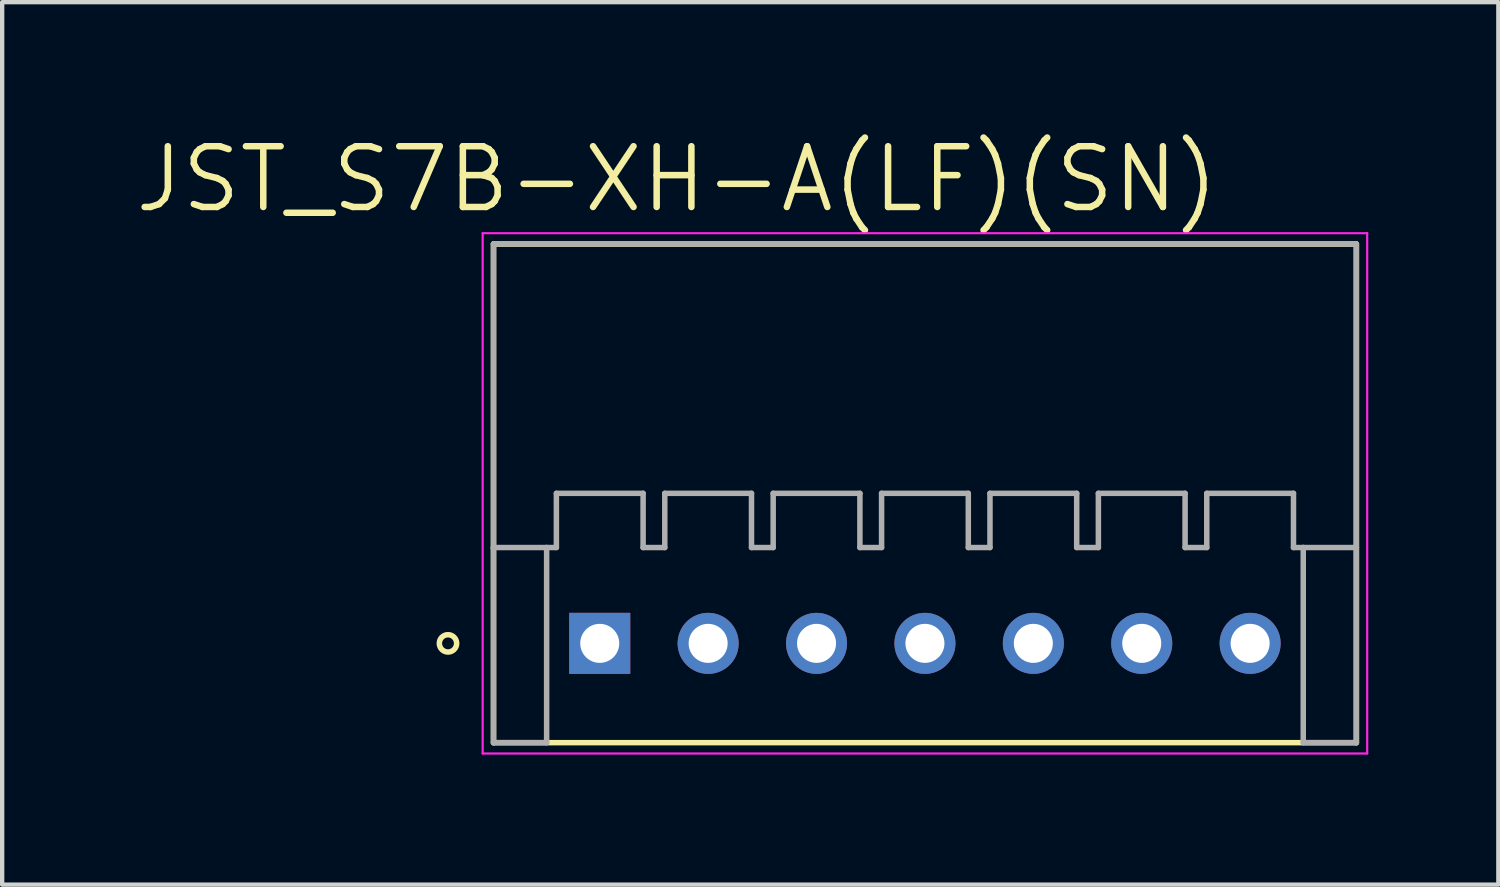
<source format=kicad_pcb>
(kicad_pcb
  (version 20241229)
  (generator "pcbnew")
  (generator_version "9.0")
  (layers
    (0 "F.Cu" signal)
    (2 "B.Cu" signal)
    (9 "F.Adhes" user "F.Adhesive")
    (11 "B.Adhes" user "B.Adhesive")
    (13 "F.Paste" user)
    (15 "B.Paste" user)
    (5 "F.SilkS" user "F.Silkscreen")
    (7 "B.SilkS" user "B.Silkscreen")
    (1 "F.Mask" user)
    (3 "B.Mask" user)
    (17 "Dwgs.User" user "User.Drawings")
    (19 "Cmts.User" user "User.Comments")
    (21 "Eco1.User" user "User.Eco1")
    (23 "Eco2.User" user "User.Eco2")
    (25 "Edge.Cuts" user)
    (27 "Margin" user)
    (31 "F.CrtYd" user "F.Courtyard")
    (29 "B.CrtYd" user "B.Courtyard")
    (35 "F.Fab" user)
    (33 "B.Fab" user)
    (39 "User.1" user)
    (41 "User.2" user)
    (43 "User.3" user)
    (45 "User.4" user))
  (footprint "JST_S7B-XH-A(LF)(SN)"
    (layer "F.Cu")
    (at 18.282 8.328)
    (property "Reference" "JST_S7B-XH-A(LF)(SN)" (at -5.72 -7.245 0) (layer "F.SilkS") (effects (font (size 1.401 1.401) (thickness 0.15))))
    (attr through_hole)
    (fp_line (start -9.95 -5.75) (end 9.95 -5.75) (stroke (width 0.127) (type solid)) (layer "F.SilkS"))
    (fp_line (start -9.95 1.25) (end -9.95 -5.75) (stroke (width 0.127) (type solid)) (layer "F.SilkS"))
    (fp_line (start -9.95 1.27) (end -9.95 1.25) (stroke (width 0.127) (type solid)) (layer "F.SilkS"))
    (fp_line (start -9.95 5.75) (end -9.95 1.27) (stroke (width 0.127) (type solid)) (layer "F.SilkS"))
    (fp_line (start 9.95 -5.75) (end 9.95 5.75) (stroke (width 0.127) (type solid)) (layer "F.SilkS"))
    (fp_line (start 9.95 5.75) (end -9.95 5.75) (stroke (width 0.127) (type solid)) (layer "F.SilkS"))
    (fp_circle (center -11 3.46) (end -10.8 3.46) (stroke (width 0.127) (type solid)) (fill no) (layer "F.SilkS"))
    (fp_line (start -10.2 -6) (end 10.2 -6) (stroke (width 0.05) (type solid)) (layer "F.CrtYd"))
    (fp_line (start -10.2 6) (end -10.2 -6) (stroke (width 0.05) (type solid)) (layer "F.CrtYd"))
    (fp_line (start 10.2 -6) (end 10.2 6) (stroke (width 0.05) (type solid)) (layer "F.CrtYd"))
    (fp_line (start 10.2 6) (end -10.2 6) (stroke (width 0.05) (type solid)) (layer "F.CrtYd"))
    (fp_line (start -9.95 -5.75) (end -9.95 1.25) (stroke (width 0.127) (type solid)) (layer "F.Fab"))
    (fp_line (start -9.95 1.25) (end -9.95 5.75) (stroke (width 0.127) (type solid)) (layer "F.Fab"))
    (fp_line (start -9.95 1.25) (end -8.725 1.25) (stroke (width 0.127) (type solid)) (layer "F.Fab"))
    (fp_line (start -9.95 5.75) (end -8.725 5.75) (stroke (width 0.127) (type solid)) (layer "F.Fab"))
    (fp_line (start -8.725 1.25) (end -8.5 1.25) (stroke (width 0.127) (type solid)) (layer "F.Fab"))
    (fp_line (start -8.725 5.75) (end -8.725 1.25) (stroke (width 0.127) (type solid)) (layer "F.Fab"))
    (fp_line (start -8.5 0) (end -6.5 0) (stroke (width 0.127) (type solid)) (layer "F.Fab"))
    (fp_line (start -8.5 1.25) (end -8.5 0) (stroke (width 0.127) (type solid)) (layer "F.Fab"))
    (fp_line (start -6.5 0) (end -6.5 1.25) (stroke (width 0.127) (type solid)) (layer "F.Fab"))
    (fp_line (start -6.5 1.25) (end -6 1.25) (stroke (width 0.127) (type solid)) (layer "F.Fab"))
    (fp_line (start -6 0) (end -4 0) (stroke (width 0.127) (type solid)) (layer "F.Fab"))
    (fp_line (start -6 1.25) (end -6 0) (stroke (width 0.127) (type solid)) (layer "F.Fab"))
    (fp_line (start -4 0) (end -4 1.25) (stroke (width 0.127) (type solid)) (layer "F.Fab"))
    (fp_line (start -4 1.25) (end -3.5 1.25) (stroke (width 0.127) (type solid)) (layer "F.Fab"))
    (fp_line (start -3.5 0) (end -1.5 0) (stroke (width 0.127) (type solid)) (layer "F.Fab"))
    (fp_line (start -3.5 1.25) (end -3.5 0) (stroke (width 0.127) (type solid)) (layer "F.Fab"))
    (fp_line (start -1.5 0) (end -1.5 1.25) (stroke (width 0.127) (type solid)) (layer "F.Fab"))
    (fp_line (start -1.5 1.25) (end -1 1.25) (stroke (width 0.127) (type solid)) (layer "F.Fab"))
    (fp_line (start -1 0) (end 1 0) (stroke (width 0.127) (type solid)) (layer "F.Fab"))
    (fp_line (start -1 1.25) (end -1 0) (stroke (width 0.127) (type solid)) (layer "F.Fab"))
    (fp_line (start 1 0) (end 1 1.25) (stroke (width 0.127) (type solid)) (layer "F.Fab"))
    (fp_line (start 1 1.25) (end 1.5 1.25) (stroke (width 0.127) (type solid)) (layer "F.Fab"))
    (fp_line (start 1.5 0) (end 3.5 0) (stroke (width 0.127) (type solid)) (layer "F.Fab"))
    (fp_line (start 1.5 1.25) (end 1.5 0) (stroke (width 0.127) (type solid)) (layer "F.Fab"))
    (fp_line (start 3.5 0) (end 3.5 1.25) (stroke (width 0.127) (type solid)) (layer "F.Fab"))
    (fp_line (start 3.5 1.25) (end 4 1.25) (stroke (width 0.127) (type solid)) (layer "F.Fab"))
    (fp_line (start 4 0) (end 6 0) (stroke (width 0.127) (type solid)) (layer "F.Fab"))
    (fp_line (start 4 1.25) (end 4 0) (stroke (width 0.127) (type solid)) (layer "F.Fab"))
    (fp_line (start 6 0) (end 6 1.25) (stroke (width 0.127) (type solid)) (layer "F.Fab"))
    (fp_line (start 6 1.25) (end 6.5 1.25) (stroke (width 0.127) (type solid)) (layer "F.Fab"))
    (fp_line (start 6.5 0) (end 8.5 0) (stroke (width 0.127) (type solid)) (layer "F.Fab"))
    (fp_line (start 6.5 1.25) (end 6.5 0) (stroke (width 0.127) (type solid)) (layer "F.Fab"))
    (fp_line (start 8.5 0) (end 8.5 1.25) (stroke (width 0.127) (type solid)) (layer "F.Fab"))
    (fp_line (start 8.5 1.25) (end 8.725 1.25) (stroke (width 0.127) (type solid)) (layer "F.Fab"))
    (fp_line (start 8.725 1.25) (end 8.725 5.75) (stroke (width 0.127) (type solid)) (layer "F.Fab"))
    (fp_line (start 8.725 1.25) (end 9.95 1.25) (stroke (width 0.127) (type solid)) (layer "F.Fab"))
    (fp_line (start 8.725 5.75) (end 9.95 5.75) (stroke (width 0.127) (type solid)) (layer "F.Fab"))
    (fp_line (start 9.95 -5.75) (end -9.95 -5.75) (stroke (width 0.127) (type solid)) (layer "F.Fab"))
    (fp_line (start 9.95 1.25) (end 9.95 -5.75) (stroke (width 0.127) (type solid)) (layer "F.Fab"))
    (fp_line (start 9.95 5.75) (end 9.95 1.25) (stroke (width 0.127) (type solid)) (layer "F.Fab"))
    (pad "1" thru_hole rect (at -7.5 3.46) (size 1.408 1.408) (drill 0.9) (layers "*.Cu" "*.Mask"))
    (pad "2" thru_hole circle (at -5 3.46) (size 1.408 1.408) (drill 0.9) (layers "*.Cu" "*.Mask"))
    (pad "3" thru_hole circle (at -2.5 3.46) (size 1.408 1.408) (drill 0.9) (layers "*.Cu" "*.Mask"))
    (pad "4" thru_hole circle (at 0 3.46) (size 1.408 1.408) (drill 0.9) (layers "*.Cu" "*.Mask"))
    (pad "5" thru_hole circle (at 2.5 3.46) (size 1.408 1.408) (drill 0.9) (layers "*.Cu" "*.Mask"))
    (pad "6" thru_hole circle (at 5 3.46) (size 1.408 1.408) (drill 0.9) (layers "*.Cu" "*.Mask"))
    (pad "7" thru_hole circle (at 7.5 3.46) (size 1.408 1.408) (drill 0.9) (layers "*.Cu" "*.Mask")))
  (gr_rect
    (start -3 -3)
    (end 31.507 17.353)
    (stroke (width 0.1) (type default))
    (fill no)
    (layer "Edge.Cuts")))
</source>
